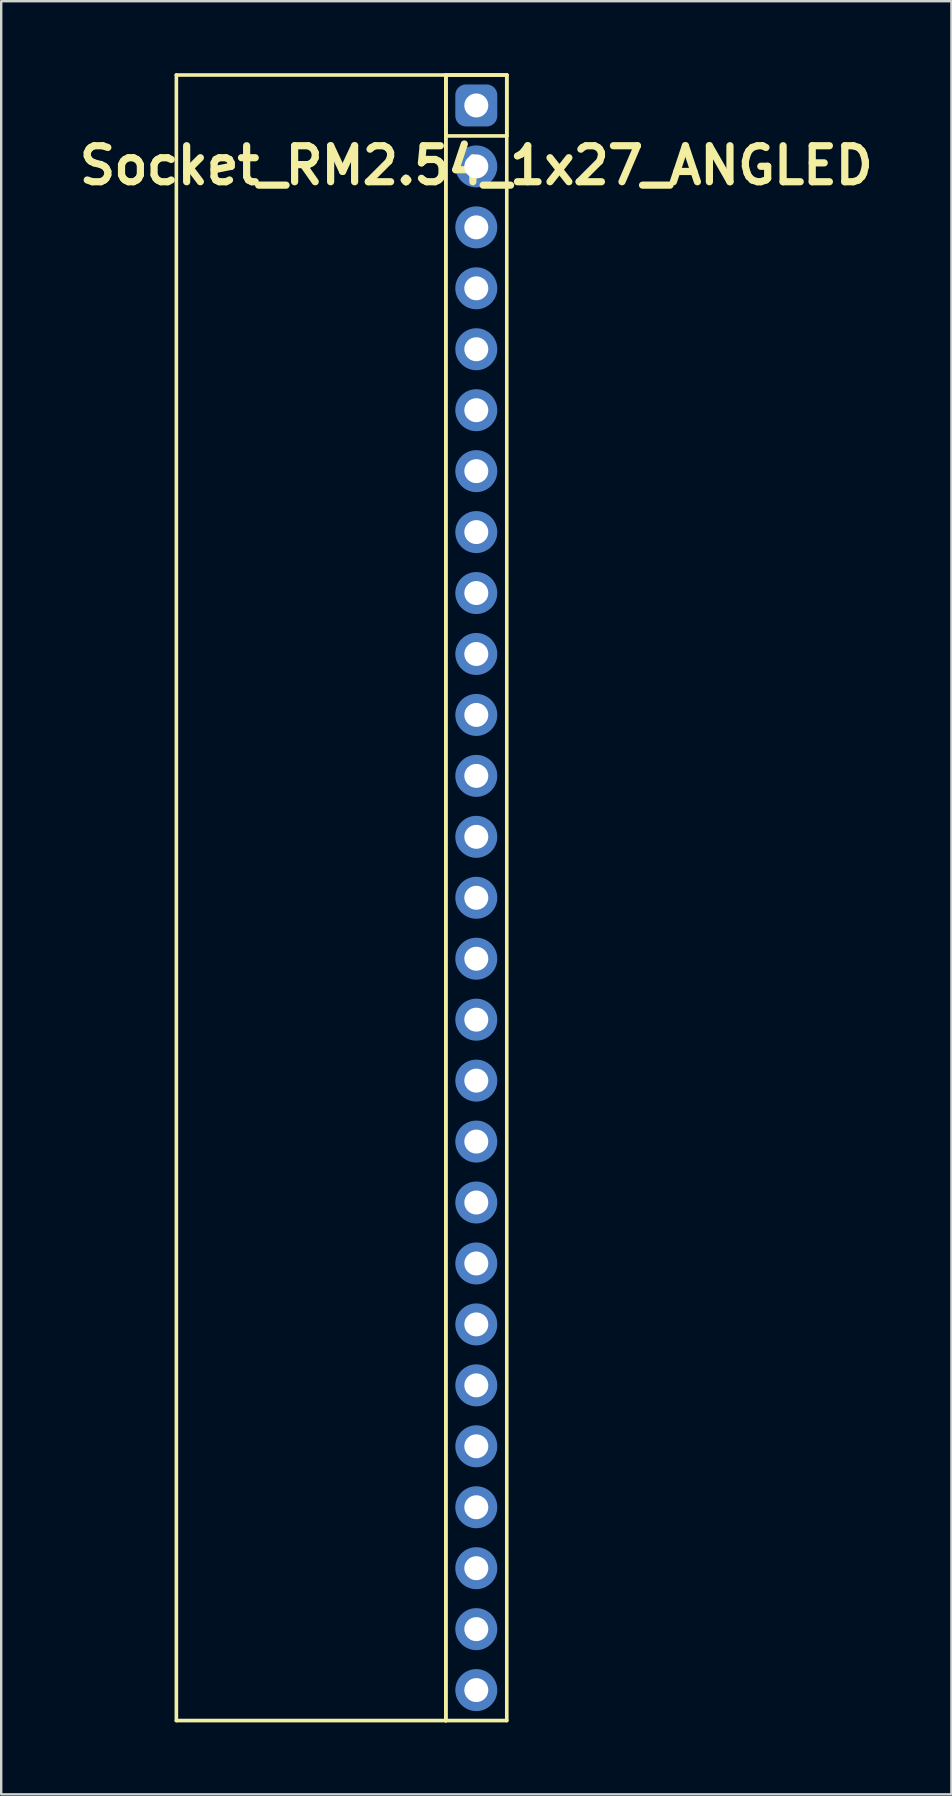
<source format=kicad_pcb>
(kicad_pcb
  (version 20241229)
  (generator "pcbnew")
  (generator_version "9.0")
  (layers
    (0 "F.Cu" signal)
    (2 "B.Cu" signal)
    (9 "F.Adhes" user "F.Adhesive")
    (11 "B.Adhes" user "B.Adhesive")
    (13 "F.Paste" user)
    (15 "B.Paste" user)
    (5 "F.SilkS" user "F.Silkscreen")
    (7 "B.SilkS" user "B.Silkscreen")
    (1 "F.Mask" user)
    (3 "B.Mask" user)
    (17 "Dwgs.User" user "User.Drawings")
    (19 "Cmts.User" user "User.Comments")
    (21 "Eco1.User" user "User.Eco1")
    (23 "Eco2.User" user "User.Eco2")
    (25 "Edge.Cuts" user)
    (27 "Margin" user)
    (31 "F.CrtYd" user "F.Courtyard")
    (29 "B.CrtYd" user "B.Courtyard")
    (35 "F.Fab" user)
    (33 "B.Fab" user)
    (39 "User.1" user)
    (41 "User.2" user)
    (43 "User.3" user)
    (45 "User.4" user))
  (footprint "Socket_RM2.54_1x27_ANGLED"
    (layer "F.Cu")
    (at 16.8 1.345)
    (property "Reference" "Socket_RM2.54_1x27_ANGLED" (at 0 2.5 0) (layer "F.SilkS") (effects (font (size 1.5 1.5) (thickness 0.3))))
    (attr through_hole)
    (fp_line (start -12.5 -1.27) (end -1.27 -1.27) (stroke (width 0.15) (type solid)) (layer "F.SilkS"))
    (fp_line (start -12.5 67.31) (end -12.5 -1.27) (stroke (width 0.15) (type solid)) (layer "F.SilkS"))
    (fp_line (start -1.27 -1.27) (end -1.27 67.31) (stroke (width 0.15) (type solid)) (layer "F.SilkS"))
    (fp_line (start -1.27 -1.27) (end 1.27 -1.27) (stroke (width 0.15) (type solid)) (layer "F.SilkS"))
    (fp_line (start -1.27 -1.27) (end 1.27 -1.27) (stroke (width 0.15) (type solid)) (layer "F.SilkS"))
    (fp_line (start -1.27 1.27) (end -1.27 -1.27) (stroke (width 0.15) (type solid)) (layer "F.SilkS"))
    (fp_line (start -1.27 67.31) (end -12.5 67.31) (stroke (width 0.15) (type solid)) (layer "F.SilkS"))
    (fp_line (start -1.27 67.31) (end -1.27 -1.27) (stroke (width 0.15) (type solid)) (layer "F.SilkS"))
    (fp_line (start 1.27 -1.27) (end 1.27 1.27) (stroke (width 0.15) (type solid)) (layer "F.SilkS"))
    (fp_line (start 1.27 -1.27) (end 1.27 67.31) (stroke (width 0.15) (type solid)) (layer "F.SilkS"))
    (fp_line (start 1.27 1.27) (end -1.27 1.27) (stroke (width 0.15) (type solid)) (layer "F.SilkS"))
    (fp_line (start 1.27 67.31) (end -1.27 67.31) (stroke (width 0.15) (type solid)) (layer "F.SilkS"))
    (pad "1" thru_hole circle (at 0 0) (size 1.3 1.3) (drill 1) (layers "*.Cu" "*.Mask"))
    (pad "1" smd roundrect (at 0 0) (size 1.5 1.5) (layers "F.Cu" "F.Mask") (roundrect_rratio 0.25))
    (pad "1" smd roundrect (at 0 0) (size 1.75 1.75) (layers "B.Cu" "B.Mask") (roundrect_rratio 0.25))
    (pad "2" thru_hole circle (at 0 2.54) (size 1.3 1.3) (drill 1) (layers "*.Cu" "*.Mask"))
    (pad "2" smd circle (at 0 2.54) (size 1.5 1.5) (layers "F.Cu" "F.Mask"))
    (pad "2" smd circle (at 0 2.54) (size 1.75 1.75) (layers "B.Cu" "B.Mask"))
    (pad "3" thru_hole circle (at 0 5.08) (size 1.3 1.3) (drill 1) (layers "*.Cu" "*.Mask"))
    (pad "3" smd circle (at 0 5.08) (size 1.5 1.5) (layers "F.Cu" "F.Mask"))
    (pad "3" smd circle (at 0 5.08) (size 1.75 1.75) (layers "B.Cu" "B.Mask"))
    (pad "4" thru_hole circle (at 0 7.62) (size 1.3 1.3) (drill 1) (layers "*.Cu" "*.Mask"))
    (pad "4" smd circle (at 0 7.62) (size 1.5 1.5) (layers "F.Cu" "F.Mask"))
    (pad "4" smd circle (at 0 7.62) (size 1.75 1.75) (layers "B.Cu" "B.Mask"))
    (pad "5" thru_hole circle (at 0 10.16) (size 1.3 1.3) (drill 1) (layers "*.Cu" "*.Mask"))
    (pad "5" smd circle (at 0 10.16) (size 1.5 1.5) (layers "F.Cu" "F.Mask"))
    (pad "5" smd circle (at 0 10.16) (size 1.75 1.75) (layers "B.Cu" "B.Mask"))
    (pad "6" thru_hole circle (at 0 12.7) (size 1.3 1.3) (drill 1) (layers "*.Cu" "*.Mask"))
    (pad "6" smd circle (at 0 12.7) (size 1.5 1.5) (layers "F.Cu" "F.Mask"))
    (pad "6" smd circle (at 0 12.7) (size 1.75 1.75) (layers "B.Cu" "B.Mask"))
    (pad "7" thru_hole circle (at 0 15.24) (size 1.3 1.3) (drill 1) (layers "*.Cu" "*.Mask"))
    (pad "7" smd circle (at 0 15.24) (size 1.5 1.5) (layers "F.Cu" "F.Mask"))
    (pad "7" smd circle (at 0 15.24) (size 1.75 1.75) (layers "B.Cu" "B.Mask"))
    (pad "8" thru_hole circle (at 0 17.78) (size 1.3 1.3) (drill 1) (layers "*.Cu" "*.Mask"))
    (pad "8" smd circle (at 0 17.78) (size 1.5 1.5) (layers "F.Cu" "F.Mask"))
    (pad "8" smd circle (at 0 17.78) (size 1.75 1.75) (layers "B.Cu" "B.Mask"))
    (pad "9" thru_hole circle (at 0 20.32) (size 1.3 1.3) (drill 1) (layers "*.Cu" "*.Mask"))
    (pad "9" smd circle (at 0 20.32) (size 1.5 1.5) (layers "F.Cu" "F.Mask"))
    (pad "9" smd circle (at 0 20.32) (size 1.75 1.75) (layers "B.Cu" "B.Mask"))
    (pad "10" thru_hole circle (at 0 22.86) (size 1.3 1.3) (drill 1) (layers "*.Cu" "*.Mask"))
    (pad "10" smd circle (at 0 22.86) (size 1.5 1.5) (layers "F.Cu" "F.Mask"))
    (pad "10" smd circle (at 0 22.86) (size 1.75 1.75) (layers "B.Cu" "B.Mask"))
    (pad "11" thru_hole circle (at 0 25.4) (size 1.3 1.3) (drill 1) (layers "*.Cu" "*.Mask"))
    (pad "11" smd circle (at 0 25.4) (size 1.5 1.5) (layers "F.Cu" "F.Mask"))
    (pad "11" smd circle (at 0 25.4) (size 1.75 1.75) (layers "B.Cu" "B.Mask"))
    (pad "12" thru_hole circle (at 0 27.94) (size 1.3 1.3) (drill 1) (layers "*.Cu" "*.Mask"))
    (pad "12" smd circle (at 0 27.94) (size 1.5 1.5) (layers "F.Cu" "F.Mask"))
    (pad "12" smd circle (at 0 27.94) (size 1.75 1.75) (layers "B.Cu" "B.Mask"))
    (pad "13" thru_hole circle (at 0 30.48) (size 1.3 1.3) (drill 1) (layers "*.Cu" "*.Mask"))
    (pad "13" smd circle (at 0 30.48) (size 1.5 1.5) (layers "F.Cu" "F.Mask"))
    (pad "13" smd circle (at 0 30.48) (size 1.75 1.75) (layers "B.Cu" "B.Mask"))
    (pad "14" thru_hole circle (at 0 33.02) (size 1.3 1.3) (drill 1) (layers "*.Cu" "*.Mask"))
    (pad "14" smd circle (at 0 33.02) (size 1.5 1.5) (layers "F.Cu" "F.Mask"))
    (pad "14" smd circle (at 0 33.02) (size 1.75 1.75) (layers "B.Cu" "B.Mask"))
    (pad "15" thru_hole circle (at 0 35.56) (size 1.3 1.3) (drill 1) (layers "*.Cu" "*.Mask"))
    (pad "15" smd circle (at 0 35.56) (size 1.5 1.5) (layers "F.Cu" "F.Mask"))
    (pad "15" smd circle (at 0 35.56) (size 1.75 1.75) (layers "B.Cu" "B.Mask"))
    (pad "16" thru_hole circle (at 0 38.1) (size 1.3 1.3) (drill 1) (layers "*.Cu" "*.Mask"))
    (pad "16" smd circle (at 0 38.1) (size 1.5 1.5) (layers "F.Cu" "F.Mask"))
    (pad "16" smd circle (at 0 38.1) (size 1.75 1.75) (layers "B.Cu" "B.Mask"))
    (pad "17" thru_hole circle (at 0 40.64) (size 1.3 1.3) (drill 1) (layers "*.Cu" "*.Mask"))
    (pad "17" smd circle (at 0 40.64) (size 1.5 1.5) (layers "F.Cu" "F.Mask"))
    (pad "17" smd circle (at 0 40.64) (size 1.75 1.75) (layers "B.Cu" "B.Mask"))
    (pad "18" thru_hole circle (at 0 43.18) (size 1.3 1.3) (drill 1) (layers "*.Cu" "*.Mask"))
    (pad "18" smd circle (at 0 43.18) (size 1.5 1.5) (layers "F.Cu" "F.Mask"))
    (pad "18" smd circle (at 0 43.18) (size 1.75 1.75) (layers "B.Cu" "B.Mask"))
    (pad "19" thru_hole circle (at 0 45.72) (size 1.3 1.3) (drill 1) (layers "*.Cu" "*.Mask"))
    (pad "19" smd circle (at 0 45.72) (size 1.5 1.5) (layers "F.Cu" "F.Mask"))
    (pad "19" smd circle (at 0 45.72) (size 1.75 1.75) (layers "B.Cu" "B.Mask"))
    (pad "20" thru_hole circle (at 0 48.26) (size 1.3 1.3) (drill 1) (layers "*.Cu" "*.Mask"))
    (pad "20" smd circle (at 0 48.26) (size 1.5 1.5) (layers "F.Cu" "F.Mask"))
    (pad "20" smd circle (at 0 48.26) (size 1.75 1.75) (layers "B.Cu" "B.Mask"))
    (pad "21" thru_hole circle (at 0 50.8) (size 1.3 1.3) (drill 1) (layers "*.Cu" "*.Mask"))
    (pad "21" smd circle (at 0 50.8) (size 1.5 1.5) (layers "F.Cu" "F.Mask"))
    (pad "21" smd circle (at 0 50.8) (size 1.75 1.75) (layers "B.Cu" "B.Mask"))
    (pad "22" thru_hole circle (at 0 53.34) (size 1.3 1.3) (drill 1) (layers "*.Cu" "*.Mask"))
    (pad "22" smd circle (at 0 53.34) (size 1.5 1.5) (layers "F.Cu" "F.Mask"))
    (pad "22" smd circle (at 0 53.34) (size 1.75 1.75) (layers "B.Cu" "B.Mask"))
    (pad "23" thru_hole circle (at 0 55.88) (size 1.3 1.3) (drill 1) (layers "*.Cu" "*.Mask"))
    (pad "23" smd circle (at 0 55.88) (size 1.5 1.5) (layers "F.Cu" "F.Mask"))
    (pad "23" smd circle (at 0 55.88) (size 1.75 1.75) (layers "B.Cu" "B.Mask"))
    (pad "24" thru_hole circle (at 0 58.42) (size 1.3 1.3) (drill 1) (layers "*.Cu" "*.Mask"))
    (pad "24" smd circle (at 0 58.42) (size 1.5 1.5) (layers "F.Cu" "F.Mask"))
    (pad "24" smd circle (at 0 58.42) (size 1.75 1.75) (layers "B.Cu" "B.Mask"))
    (pad "25" thru_hole circle (at 0 60.96) (size 1.3 1.3) (drill 1) (layers "*.Cu" "*.Mask"))
    (pad "25" smd circle (at 0 60.96) (size 1.5 1.5) (layers "F.Cu" "F.Mask"))
    (pad "25" smd circle (at 0 60.96) (size 1.75 1.75) (layers "B.Cu" "B.Mask"))
    (pad "26" thru_hole circle (at 0 63.5) (size 1.3 1.3) (drill 1) (layers "*.Cu" "*.Mask"))
    (pad "26" smd circle (at 0 63.5) (size 1.5 1.5) (layers "F.Cu" "F.Mask"))
    (pad "26" smd circle (at 0 63.5) (size 1.75 1.75) (layers "B.Cu" "B.Mask"))
    (pad "27" thru_hole circle (at 0 66.04) (size 1.3 1.3) (drill 1) (layers "*.Cu" "*.Mask"))
    (pad "27" smd circle (at 0 66.04) (size 1.5 1.5) (layers "F.Cu" "F.Mask"))
    (pad "27" smd circle (at 0 66.04) (size 1.75 1.75) (layers "B.Cu" "B.Mask")))
  (gr_rect
    (start -3 -3)
    (end 36.6 71.73)
    (stroke (width 0.1) (type default))
    (fill no)
    (layer "Edge.Cuts")))
</source>
